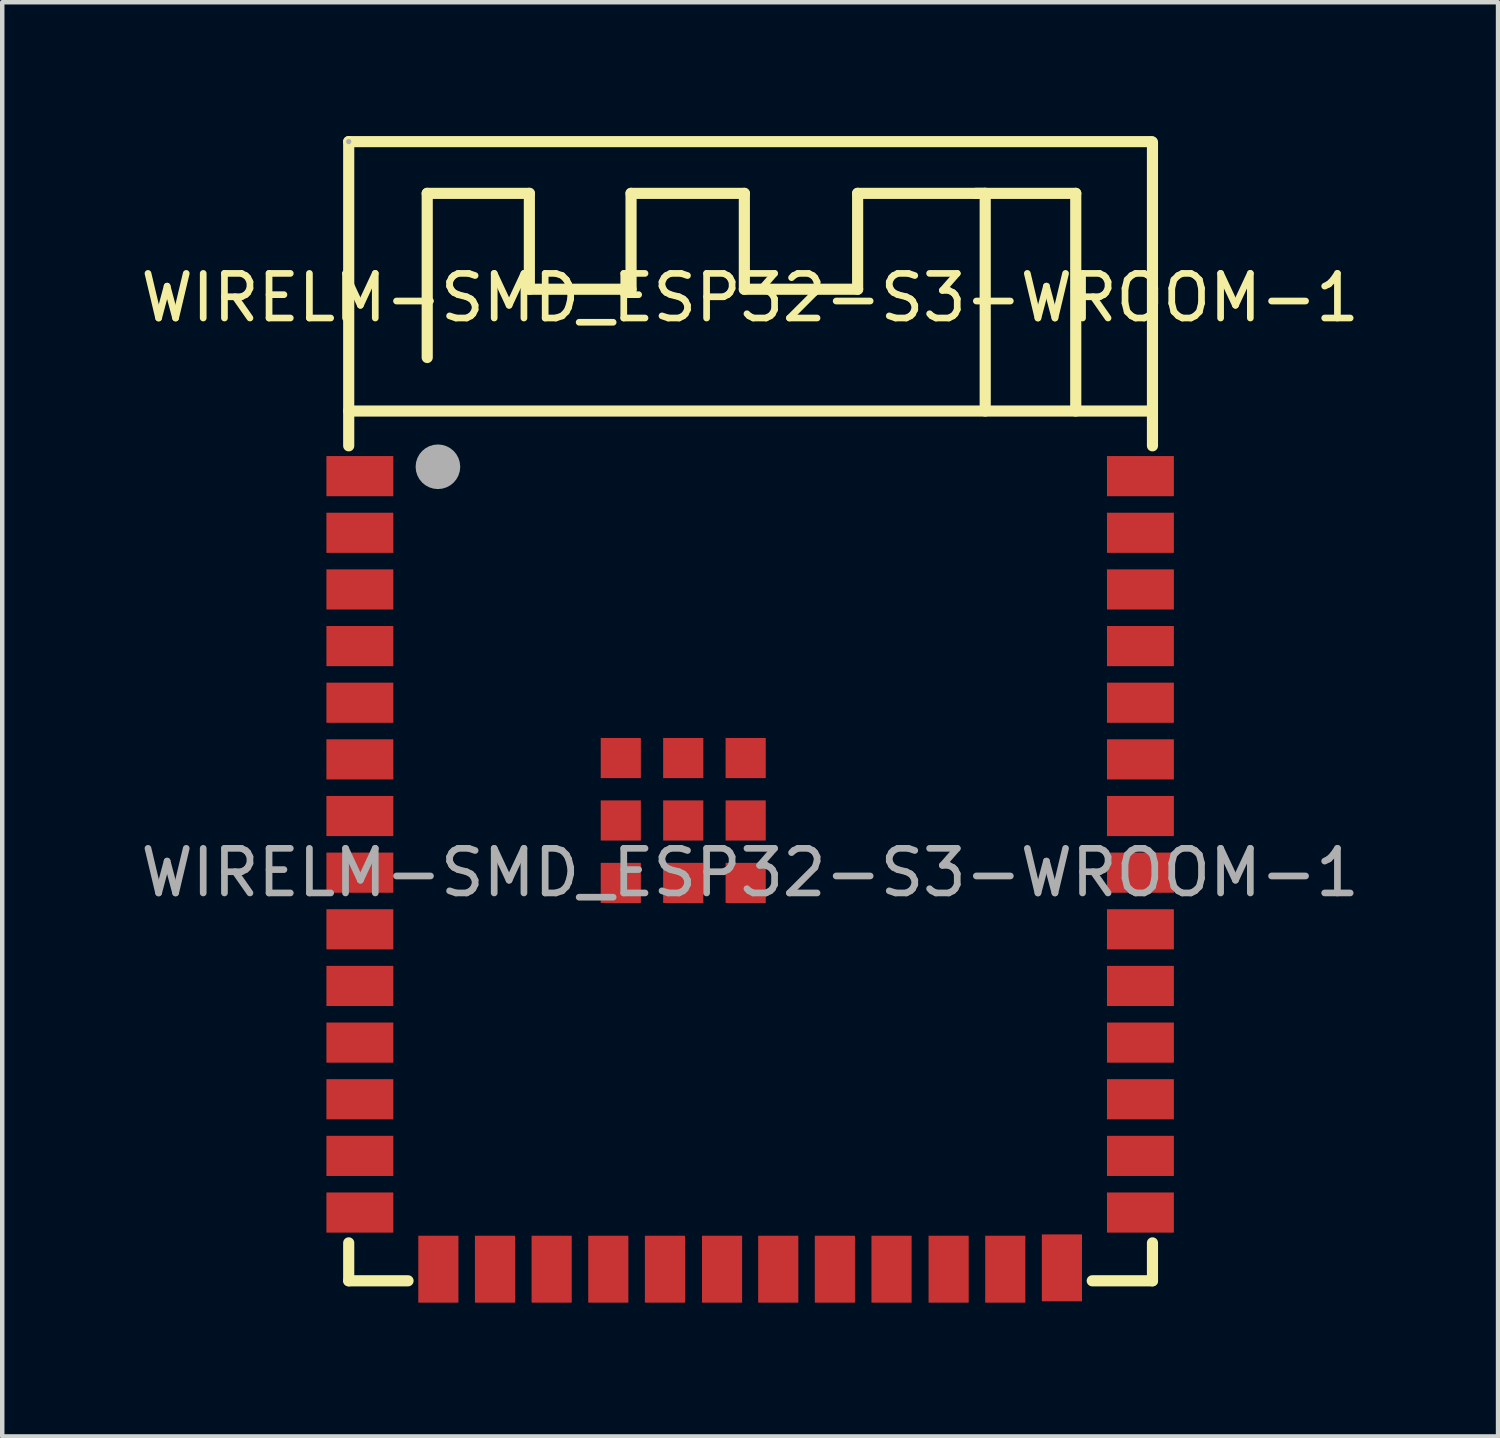
<source format=kicad_pcb>
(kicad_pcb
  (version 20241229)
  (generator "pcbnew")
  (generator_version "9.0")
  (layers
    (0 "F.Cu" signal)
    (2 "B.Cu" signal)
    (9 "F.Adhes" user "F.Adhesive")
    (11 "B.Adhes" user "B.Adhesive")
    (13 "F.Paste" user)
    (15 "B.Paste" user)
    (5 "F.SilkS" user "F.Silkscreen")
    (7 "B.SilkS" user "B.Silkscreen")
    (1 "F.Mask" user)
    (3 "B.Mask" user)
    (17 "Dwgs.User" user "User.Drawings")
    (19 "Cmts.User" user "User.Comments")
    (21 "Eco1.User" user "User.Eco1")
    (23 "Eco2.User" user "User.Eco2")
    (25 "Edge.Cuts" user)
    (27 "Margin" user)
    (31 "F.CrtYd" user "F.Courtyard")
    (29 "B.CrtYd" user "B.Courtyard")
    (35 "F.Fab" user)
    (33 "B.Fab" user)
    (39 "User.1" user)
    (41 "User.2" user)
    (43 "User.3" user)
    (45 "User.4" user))
  (footprint "WIRELM-SMD_ESP32-S3-WROOM-1"
    (layer "F.Cu")
    (at 13.768 16.515)
    (property "Reference" "WIRELM-SMD_ESP32-S3-WROOM-1" (at 0 -12.89 0) (layer "F.SilkS") (effects (font (size 1 1) (thickness 0.15))))
    (attr smd)
    (fp_line (start -9 -16.39) (end -9 -9.57) (stroke (width 0.25) (type solid)) (layer "F.SilkS"))
    (fp_line (start -9 -10.35) (end 9.02 -10.35) (stroke (width 0.25) (type solid)) (layer "F.SilkS"))
    (fp_line (start -9 8.3) (end -9 9.15) (stroke (width 0.25) (type solid)) (layer "F.SilkS"))
    (fp_line (start -9 9.15) (end -7.67 9.15) (stroke (width 0.25) (type solid)) (layer "F.SilkS"))
    (fp_line (start -7.24 -15.23) (end -7.24 -11.55) (stroke (width 0.25) (type solid)) (layer "F.SilkS"))
    (fp_line (start -4.95 -15.23) (end -7.24 -15.23) (stroke (width 0.25) (type solid)) (layer "F.SilkS"))
    (fp_line (start -4.95 -13.08) (end -4.95 -15.23) (stroke (width 0.25) (type solid)) (layer "F.SilkS"))
    (fp_line (start -2.67 -15.23) (end -2.67 -13.08) (stroke (width 0.25) (type solid)) (layer "F.SilkS"))
    (fp_line (start -2.67 -13.08) (end -4.95 -13.08) (stroke (width 0.25) (type solid)) (layer "F.SilkS"))
    (fp_line (start -0.13 -15.23) (end -2.67 -15.23) (stroke (width 0.25) (type solid)) (layer "F.SilkS"))
    (fp_line (start -0.13 -13.08) (end -0.13 -15.23) (stroke (width 0.25) (type solid)) (layer "F.SilkS"))
    (fp_line (start 2.41 -15.23) (end 2.41 -13.08) (stroke (width 0.25) (type solid)) (layer "F.SilkS"))
    (fp_line (start 2.41 -13.08) (end -0.13 -13.08) (stroke (width 0.25) (type solid)) (layer "F.SilkS"))
    (fp_line (start 5.27 -15.23) (end 2.41 -15.23) (stroke (width 0.25) (type solid)) (layer "F.SilkS"))
    (fp_line (start 5.27 -10.35) (end 5.27 -15.23) (stroke (width 0.25) (type solid)) (layer "F.SilkS"))
    (fp_line (start 7.3 -15.23) (end 5.06 -15.23) (stroke (width 0.25) (type solid)) (layer "F.SilkS"))
    (fp_line (start 7.3 -10.35) (end 7.3 -15.23) (stroke (width 0.25) (type solid)) (layer "F.SilkS"))
    (fp_line (start 7.67 9.15) (end 9.02 9.15) (stroke (width 0.25) (type solid)) (layer "F.SilkS"))
    (fp_line (start 9 -16.39) (end -9 -16.39) (stroke (width 0.25) (type solid)) (layer "F.SilkS"))
    (fp_line (start 9.02 -9.57) (end 9.02 -16.38) (stroke (width 0.25) (type solid)) (layer "F.SilkS"))
    (fp_line (start 9.02 9.15) (end 9.02 8.3) (stroke (width 0.25) (type solid)) (layer "F.SilkS"))
    (fp_circle (center -9 -16.39) (end -8.97 -16.39) (stroke (width 0.06) (type solid)) (fill no) (layer "F.Fab"))
    (fp_circle (center -7 -9.1) (end -6.75 -9.1) (stroke (width 0.5) (type solid)) (fill no) (layer "F.Fab"))
    (fp_text user "${REFERENCE}" (at 0 0 0) (layer "F.Fab") (effects (font (size 1 1) (thickness 0.15))))
    (pad "1" smd rect (at -8.75 -8.89) (size 1.5 0.9) (layers "F.Cu" "F.Mask" "F.Paste"))
    (pad "2" smd rect (at -8.75 -7.62) (size 1.5 0.9) (layers "F.Cu" "F.Mask" "F.Paste"))
    (pad "3" smd rect (at -8.75 -6.35) (size 1.5 0.9) (layers "F.Cu" "F.Mask" "F.Paste"))
    (pad "4" smd rect (at -8.75 -5.08) (size 1.5 0.9) (layers "F.Cu" "F.Mask" "F.Paste"))
    (pad "5" smd rect (at -8.75 -3.81) (size 1.5 0.9) (layers "F.Cu" "F.Mask" "F.Paste"))
    (pad "6" smd rect (at -8.75 -2.54) (size 1.5 0.9) (layers "F.Cu" "F.Mask" "F.Paste"))
    (pad "7" smd rect (at -8.75 -1.27) (size 1.5 0.9) (layers "F.Cu" "F.Mask" "F.Paste"))
    (pad "8" smd rect (at -8.75 0) (size 1.5 0.9) (layers "F.Cu" "F.Mask" "F.Paste"))
    (pad "9" smd rect (at -8.75 1.27) (size 1.5 0.9) (layers "F.Cu" "F.Mask" "F.Paste"))
    (pad "10" smd rect (at -8.75 2.54) (size 1.5 0.9) (layers "F.Cu" "F.Mask" "F.Paste"))
    (pad "11" smd rect (at -8.75 3.81) (size 1.5 0.9) (layers "F.Cu" "F.Mask" "F.Paste"))
    (pad "12" smd rect (at -8.75 5.08) (size 1.5 0.9) (layers "F.Cu" "F.Mask" "F.Paste"))
    (pad "13" smd rect (at -8.75 6.35) (size 1.5 0.9) (layers "F.Cu" "F.Mask" "F.Paste"))
    (pad "14" smd rect (at -8.75 7.62) (size 1.5 0.9) (layers "F.Cu" "F.Mask" "F.Paste"))
    (pad "15" smd rect (at -6.99 8.89 90) (size 1.5 0.9) (layers "F.Cu" "F.Mask" "F.Paste"))
    (pad "16" smd rect (at -5.72 8.89 90) (size 1.5 0.9) (layers "F.Cu" "F.Mask" "F.Paste"))
    (pad "17" smd rect (at -4.45 8.89 90) (size 1.5 0.9) (layers "F.Cu" "F.Mask" "F.Paste"))
    (pad "18" smd rect (at -3.18 8.89 90) (size 1.5 0.9) (layers "F.Cu" "F.Mask" "F.Paste"))
    (pad "19" smd rect (at -1.91 8.89 90) (size 1.5 0.9) (layers "F.Cu" "F.Mask" "F.Paste"))
    (pad "20" smd rect (at -0.63 8.89 90) (size 1.5 0.9) (layers "F.Cu" "F.Mask" "F.Paste"))
    (pad "21" smd rect (at 0.63 8.89 90) (size 1.5 0.9) (layers "F.Cu" "F.Mask" "F.Paste"))
    (pad "22" smd rect (at 1.9 8.89 90) (size 1.5 0.9) (layers "F.Cu" "F.Mask" "F.Paste"))
    (pad "23" smd rect (at 3.17 8.89 90) (size 1.5 0.9) (layers "F.Cu" "F.Mask" "F.Paste"))
    (pad "24" smd rect (at 4.45 8.89 90) (size 1.5 0.9) (layers "F.Cu" "F.Mask" "F.Paste"))
    (pad "25" smd rect (at 5.72 8.89 90) (size 1.5 0.9) (layers "F.Cu" "F.Mask" "F.Paste"))
    (pad "26" smd rect (at 6.99 8.86 90) (size 1.5 0.9) (layers "F.Cu" "F.Mask" "F.Paste"))
    (pad "27" smd rect (at 8.75 7.62 180) (size 1.5 0.9) (layers "F.Cu" "F.Mask" "F.Paste"))
    (pad "28" smd rect (at 8.75 6.35 180) (size 1.5 0.9) (layers "F.Cu" "F.Mask" "F.Paste"))
    (pad "29" smd rect (at 8.75 5.08 180) (size 1.5 0.9) (layers "F.Cu" "F.Mask" "F.Paste"))
    (pad "30" smd rect (at 8.75 3.81 180) (size 1.5 0.9) (layers "F.Cu" "F.Mask" "F.Paste"))
    (pad "31" smd rect (at 8.75 2.54 180) (size 1.5 0.9) (layers "F.Cu" "F.Mask" "F.Paste"))
    (pad "32" smd rect (at 8.75 1.27 180) (size 1.5 0.9) (layers "F.Cu" "F.Mask" "F.Paste"))
    (pad "33" smd rect (at 8.75 0 180) (size 1.5 0.9) (layers "F.Cu" "F.Mask" "F.Paste"))
    (pad "34" smd rect (at 8.75 -1.27 180) (size 1.5 0.9) (layers "F.Cu" "F.Mask" "F.Paste"))
    (pad "35" smd rect (at 8.75 -2.54 180) (size 1.5 0.9) (layers "F.Cu" "F.Mask" "F.Paste"))
    (pad "36" smd rect (at 8.75 -3.81 180) (size 1.5 0.9) (layers "F.Cu" "F.Mask" "F.Paste"))
    (pad "37" smd rect (at 8.75 -5.08 180) (size 1.5 0.9) (layers "F.Cu" "F.Mask" "F.Paste"))
    (pad "38" smd rect (at 8.75 -6.35 180) (size 1.5 0.9) (layers "F.Cu" "F.Mask" "F.Paste"))
    (pad "39" smd rect (at 8.75 -7.62 180) (size 1.5 0.9) (layers "F.Cu" "F.Mask" "F.Paste"))
    (pad "40" smd rect (at 8.75 -8.89 180) (size 1.5 0.9) (layers "F.Cu" "F.Mask" "F.Paste"))
    (pad "41" smd rect (at -2.9 -2.57 90) (size 0.9 0.9) (layers "F.Cu" "F.Mask" "F.Paste"))
    (pad "41" smd rect (at -2.9 -1.17 90) (size 0.9 0.9) (layers "F.Cu" "F.Mask" "F.Paste"))
    (pad "41" smd rect (at -2.9 0.23 90) (size 0.9 0.9) (layers "F.Cu" "F.Mask" "F.Paste"))
    (pad "41" smd rect (at -1.5 -2.57 90) (size 0.9 0.9) (layers "F.Cu" "F.Mask" "F.Paste"))
    (pad "41" smd rect (at -1.5 -1.17 90) (size 0.9 0.9) (layers "F.Cu" "F.Mask" "F.Paste"))
    (pad "41" smd rect (at -1.5 0.23 90) (size 0.9 0.9) (layers "F.Cu" "F.Mask" "F.Paste"))
    (pad "41" smd rect (at -0.1 -2.57 90) (size 0.9 0.9) (layers "F.Cu" "F.Mask" "F.Paste"))
    (pad "41" smd rect (at -0.1 -1.17 90) (size 0.9 0.9) (layers "F.Cu" "F.Mask" "F.Paste"))
    (pad "41" smd rect (at -0.1 0.23 90) (size 0.9 0.9) (layers "F.Cu" "F.Mask" "F.Paste")))
  (gr_rect
    (start -3 -3)
    (end 30.536 29.155)
    (stroke (width 0.1) (type default))
    (fill no)
    (layer "Edge.Cuts")))
</source>
